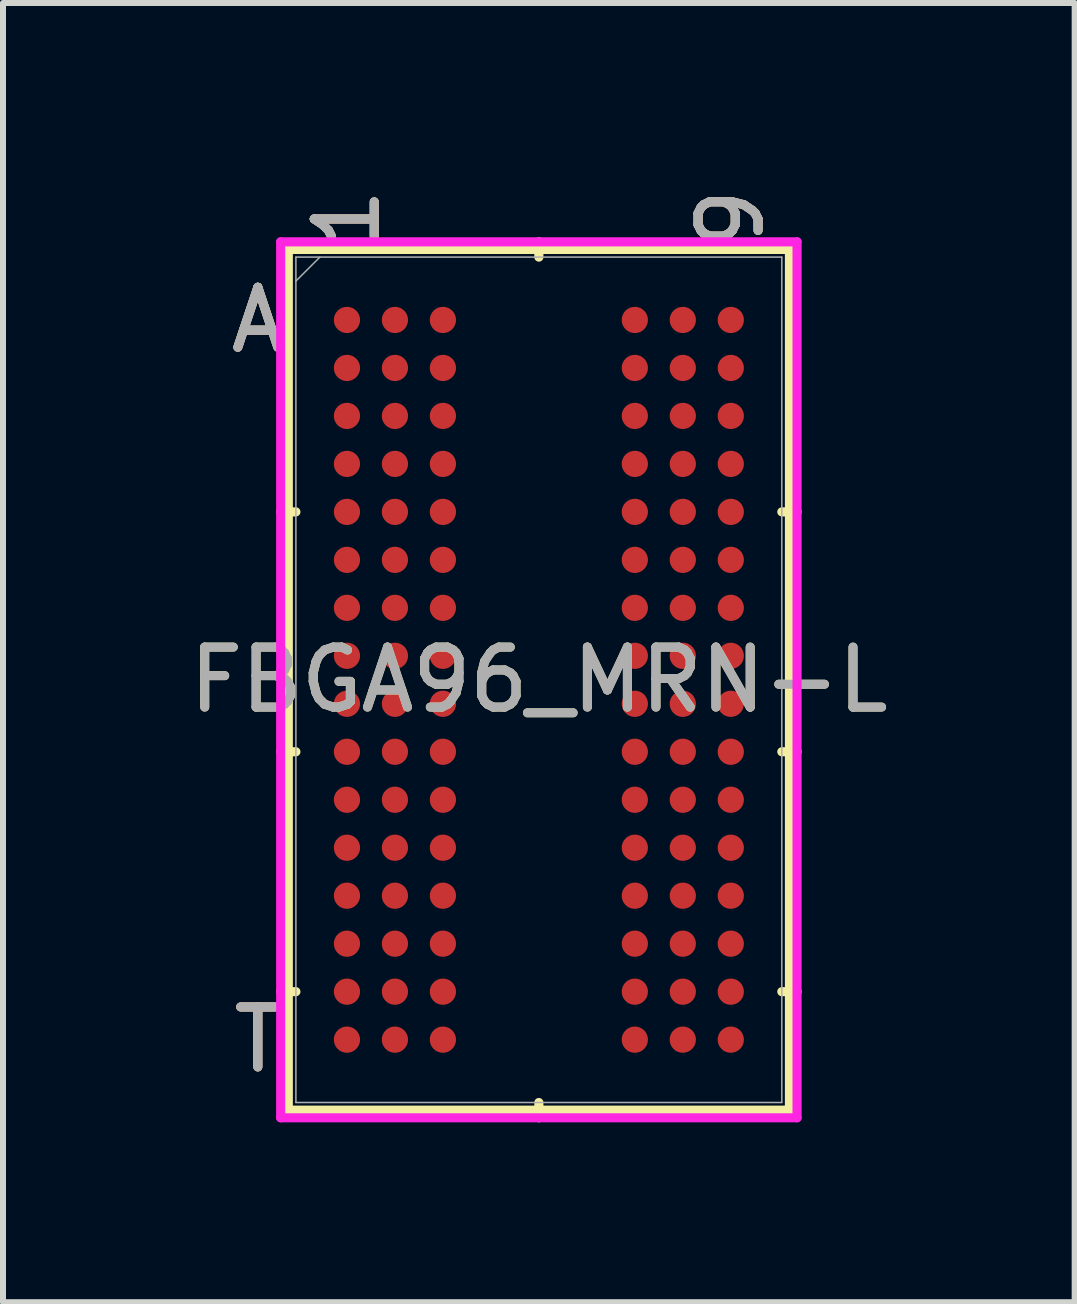
<source format=kicad_pcb>
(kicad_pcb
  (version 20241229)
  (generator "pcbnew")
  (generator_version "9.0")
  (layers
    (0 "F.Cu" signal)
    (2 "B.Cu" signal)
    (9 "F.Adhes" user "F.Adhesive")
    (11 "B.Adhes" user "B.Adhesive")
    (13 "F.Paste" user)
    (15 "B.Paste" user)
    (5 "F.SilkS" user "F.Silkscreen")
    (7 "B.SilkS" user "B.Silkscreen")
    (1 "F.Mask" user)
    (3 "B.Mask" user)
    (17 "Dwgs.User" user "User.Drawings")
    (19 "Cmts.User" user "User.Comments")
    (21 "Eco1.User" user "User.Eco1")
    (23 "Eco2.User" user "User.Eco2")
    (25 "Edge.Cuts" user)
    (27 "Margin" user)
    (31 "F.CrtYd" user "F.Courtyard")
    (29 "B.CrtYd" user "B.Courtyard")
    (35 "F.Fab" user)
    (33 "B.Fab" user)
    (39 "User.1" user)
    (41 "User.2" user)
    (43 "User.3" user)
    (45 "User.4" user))
  (footprint "FBGA96_MRN-L"
    (layer "F.Cu")
    (at 5.935 8.285)
    (property "Reference" "FBGA96_MRN-L" (at 0 0 0) (unlocked yes) (layer "F.SilkS") (effects (font (size 1 1) (thickness 0.15))))
    (attr smd)
    (fp_line (start -4.178 -7.176) (end -4.178 7.176) (stroke (width 0.152) (type solid)) (layer "F.SilkS"))
    (fp_line (start -4.178 7.176) (end 4.178 7.176) (stroke (width 0.152) (type solid)) (layer "F.SilkS"))
    (fp_line (start -4.051 -2.8) (end -4.305 -2.8) (stroke (width 0.152) (type solid)) (layer "F.SilkS"))
    (fp_line (start -4.051 1.2) (end -4.305 1.2) (stroke (width 0.152) (type solid)) (layer "F.SilkS"))
    (fp_line (start -4.051 5.2) (end -4.305 5.2) (stroke (width 0.152) (type solid)) (layer "F.SilkS"))
    (fp_line (start 0 -7.048) (end 0 -7.303) (stroke (width 0.152) (type solid)) (layer "F.SilkS"))
    (fp_line (start 0 7.048) (end 0 7.303) (stroke (width 0.152) (type solid)) (layer "F.SilkS"))
    (fp_line (start 4.051 -2.8) (end 4.305 -2.8) (stroke (width 0.152) (type solid)) (layer "F.SilkS"))
    (fp_line (start 4.051 1.2) (end 4.305 1.2) (stroke (width 0.152) (type solid)) (layer "F.SilkS"))
    (fp_line (start 4.051 5.2) (end 4.305 5.2) (stroke (width 0.152) (type solid)) (layer "F.SilkS"))
    (fp_line (start 4.178 -7.176) (end -4.178 -7.176) (stroke (width 0.152) (type solid)) (layer "F.SilkS"))
    (fp_line (start 4.178 7.176) (end 4.178 -7.176) (stroke (width 0.152) (type solid)) (layer "F.SilkS"))
    (fp_poly (pts (xy -4.045 -6.844) (xy 4.045 -6.844) (xy 4.045 6.844) (xy -4.045 6.844)) (stroke (width 0.1) (type solid)) (fill no) (layer "Eco2.User"))
    (fp_line (start -4.305 -7.303) (end 4.305 -7.303) (stroke (width 0.152) (type solid)) (layer "F.CrtYd"))
    (fp_line (start -4.305 7.303) (end -4.305 -7.303) (stroke (width 0.152) (type solid)) (layer "F.CrtYd"))
    (fp_line (start 4.305 -7.303) (end 4.305 7.303) (stroke (width 0.152) (type solid)) (layer "F.CrtYd"))
    (fp_line (start 4.305 7.303) (end -4.305 7.303) (stroke (width 0.152) (type solid)) (layer "F.CrtYd"))
    (fp_line (start -4.051 -7.048) (end -4.051 7.048) (stroke (width 0.025) (type solid)) (layer "F.Fab"))
    (fp_line (start -4.051 7.048) (end 4.051 7.048) (stroke (width 0.025) (type solid)) (layer "F.Fab"))
    (fp_line (start -3.651 -7.048) (end -4.051 -6.649) (stroke (width 0.025) (type solid)) (layer "F.Fab"))
    (fp_line (start 4.051 -7.048) (end -4.051 -7.048) (stroke (width 0.025) (type solid)) (layer "F.Fab"))
    (fp_line (start 4.051 7.048) (end 4.051 -7.048) (stroke (width 0.025) (type solid)) (layer "F.Fab"))
    (fp_text user "9" (at 3.2 -7.684 90) (unlocked yes) (layer "F.SilkS") (effects (font (size 1 1) (thickness 0.15))))
    (fp_text user "A" (at -4.686 -6 0) (unlocked yes) (layer "F.SilkS") (effects (font (size 1 1) (thickness 0.15))))
    (fp_text user "1" (at -3.2 -7.684 90) (unlocked yes) (layer "F.SilkS") (effects (font (size 1 1) (thickness 0.15))))
    (fp_text user "T" (at -4.686 6 0) (unlocked yes) (layer "F.SilkS") (effects (font (size 1 1) (thickness 0.15))))
    (fp_text user "1" (at -3.2 -7.684 90) (unlocked yes) (layer "B.SilkS") (effects (font (size 1 1) (thickness 0.15))))
    (fp_text user "A" (at -4.686 -6 0) (unlocked yes) (layer "B.SilkS") (effects (font (size 1 1) (thickness 0.15))))
    (fp_text user "T" (at -4.686 6 0) (unlocked yes) (layer "B.SilkS") (effects (font (size 1 1) (thickness 0.15))))
    (fp_text user "9" (at 3.2 -7.684 90) (unlocked yes) (layer "B.SilkS") (effects (font (size 1 1) (thickness 0.15))))
    (fp_text user "9" (at 3.2 -7.684 90) (unlocked yes) (layer "F.Fab") (effects (font (size 1 1) (thickness 0.15))))
    (fp_text user "T" (at -4.686 6 0) (unlocked yes) (layer "F.Fab") (effects (font (size 1 1) (thickness 0.15))))
    (fp_text user "${REFERENCE}" (at 0 0 0) (unlocked yes) (layer "F.Fab") (effects (font (size 1 1) (thickness 0.15))))
    (fp_text user "A" (at -4.686 -6 0) (unlocked yes) (layer "F.Fab") (effects (font (size 1 1) (thickness 0.15))))
    (fp_text user "1" (at -3.2 -7.684 90) (unlocked yes) (layer "F.Fab") (effects (font (size 1 1) (thickness 0.15))))
    (pad "A1" smd circle (at -3.2 -6) (size 0.438 0.438) (layers "F.Cu" "F.Mask" "F.Paste"))
    (pad "A2" smd circle (at -2.4 -6) (size 0.438 0.438) (layers "F.Cu" "F.Mask" "F.Paste"))
    (pad "A3" smd circle (at -1.6 -6) (size 0.438 0.438) (layers "F.Cu" "F.Mask" "F.Paste"))
    (pad "A7" smd circle (at 1.6 -6) (size 0.438 0.438) (layers "F.Cu" "F.Mask" "F.Paste"))
    (pad "A8" smd circle (at 2.4 -6) (size 0.438 0.438) (layers "F.Cu" "F.Mask" "F.Paste"))
    (pad "A9" smd circle (at 3.2 -6) (size 0.438 0.438) (layers "F.Cu" "F.Mask" "F.Paste"))
    (pad "B1" smd circle (at -3.2 -5.2) (size 0.438 0.438) (layers "F.Cu" "F.Mask" "F.Paste"))
    (pad "B2" smd circle (at -2.4 -5.2) (size 0.438 0.438) (layers "F.Cu" "F.Mask" "F.Paste"))
    (pad "B3" smd circle (at -1.6 -5.2) (size 0.438 0.438) (layers "F.Cu" "F.Mask" "F.Paste"))
    (pad "B7" smd circle (at 1.6 -5.2) (size 0.438 0.438) (layers "F.Cu" "F.Mask" "F.Paste"))
    (pad "B8" smd circle (at 2.4 -5.2) (size 0.438 0.438) (layers "F.Cu" "F.Mask" "F.Paste"))
    (pad "B9" smd circle (at 3.2 -5.2) (size 0.438 0.438) (layers "F.Cu" "F.Mask" "F.Paste"))
    (pad "C1" smd circle (at -3.2 -4.4) (size 0.438 0.438) (layers "F.Cu" "F.Mask" "F.Paste"))
    (pad "C2" smd circle (at -2.4 -4.4) (size 0.438 0.438) (layers "F.Cu" "F.Mask" "F.Paste"))
    (pad "C3" smd circle (at -1.6 -4.4) (size 0.438 0.438) (layers "F.Cu" "F.Mask" "F.Paste"))
    (pad "C7" smd circle (at 1.6 -4.4) (size 0.438 0.438) (layers "F.Cu" "F.Mask" "F.Paste"))
    (pad "C8" smd circle (at 2.4 -4.4) (size 0.438 0.438) (layers "F.Cu" "F.Mask" "F.Paste"))
    (pad "C9" smd circle (at 3.2 -4.4) (size 0.438 0.438) (layers "F.Cu" "F.Mask" "F.Paste"))
    (pad "D1" smd circle (at -3.2 -3.6) (size 0.438 0.438) (layers "F.Cu" "F.Mask" "F.Paste"))
    (pad "D2" smd circle (at -2.4 -3.6) (size 0.438 0.438) (layers "F.Cu" "F.Mask" "F.Paste"))
    (pad "D3" smd circle (at -1.6 -3.6) (size 0.438 0.438) (layers "F.Cu" "F.Mask" "F.Paste"))
    (pad "D7" smd circle (at 1.6 -3.6) (size 0.438 0.438) (layers "F.Cu" "F.Mask" "F.Paste"))
    (pad "D8" smd circle (at 2.4 -3.6) (size 0.438 0.438) (layers "F.Cu" "F.Mask" "F.Paste"))
    (pad "D9" smd circle (at 3.2 -3.6) (size 0.438 0.438) (layers "F.Cu" "F.Mask" "F.Paste"))
    (pad "E1" smd circle (at -3.2 -2.8) (size 0.438 0.438) (layers "F.Cu" "F.Mask" "F.Paste"))
    (pad "E2" smd circle (at -2.4 -2.8) (size 0.438 0.438) (layers "F.Cu" "F.Mask" "F.Paste"))
    (pad "E3" smd circle (at -1.6 -2.8) (size 0.438 0.438) (layers "F.Cu" "F.Mask" "F.Paste"))
    (pad "E7" smd circle (at 1.6 -2.8) (size 0.438 0.438) (layers "F.Cu" "F.Mask" "F.Paste"))
    (pad "E8" smd circle (at 2.4 -2.8) (size 0.438 0.438) (layers "F.Cu" "F.Mask" "F.Paste"))
    (pad "E9" smd circle (at 3.2 -2.8) (size 0.438 0.438) (layers "F.Cu" "F.Mask" "F.Paste"))
    (pad "F1" smd circle (at -3.2 -2) (size 0.438 0.438) (layers "F.Cu" "F.Mask" "F.Paste"))
    (pad "F2" smd circle (at -2.4 -2) (size 0.438 0.438) (layers "F.Cu" "F.Mask" "F.Paste"))
    (pad "F3" smd circle (at -1.6 -2) (size 0.438 0.438) (layers "F.Cu" "F.Mask" "F.Paste"))
    (pad "F7" smd circle (at 1.6 -2) (size 0.438 0.438) (layers "F.Cu" "F.Mask" "F.Paste"))
    (pad "F8" smd circle (at 2.4 -2) (size 0.438 0.438) (layers "F.Cu" "F.Mask" "F.Paste"))
    (pad "F9" smd circle (at 3.2 -2) (size 0.438 0.438) (layers "F.Cu" "F.Mask" "F.Paste"))
    (pad "G1" smd circle (at -3.2 -1.2) (size 0.438 0.438) (layers "F.Cu" "F.Mask" "F.Paste"))
    (pad "G2" smd circle (at -2.4 -1.2) (size 0.438 0.438) (layers "F.Cu" "F.Mask" "F.Paste"))
    (pad "G3" smd circle (at -1.6 -1.2) (size 0.438 0.438) (layers "F.Cu" "F.Mask" "F.Paste"))
    (pad "G7" smd circle (at 1.6 -1.2) (size 0.438 0.438) (layers "F.Cu" "F.Mask" "F.Paste"))
    (pad "G8" smd circle (at 2.4 -1.2) (size 0.438 0.438) (layers "F.Cu" "F.Mask" "F.Paste"))
    (pad "G9" smd circle (at 3.2 -1.2) (size 0.438 0.438) (layers "F.Cu" "F.Mask" "F.Paste"))
    (pad "H1" smd circle (at -3.2 -0.4) (size 0.438 0.438) (layers "F.Cu" "F.Mask" "F.Paste"))
    (pad "H2" smd circle (at -2.4 -0.4) (size 0.438 0.438) (layers "F.Cu" "F.Mask" "F.Paste"))
    (pad "H3" smd circle (at -1.6 -0.4) (size 0.438 0.438) (layers "F.Cu" "F.Mask" "F.Paste"))
    (pad "H7" smd circle (at 1.6 -0.4) (size 0.438 0.438) (layers "F.Cu" "F.Mask" "F.Paste"))
    (pad "H8" smd circle (at 2.4 -0.4) (size 0.438 0.438) (layers "F.Cu" "F.Mask" "F.Paste"))
    (pad "H9" smd circle (at 3.2 -0.4) (size 0.438 0.438) (layers "F.Cu" "F.Mask" "F.Paste"))
    (pad "J1" smd circle (at -3.2 0.4) (size 0.438 0.438) (layers "F.Cu" "F.Mask" "F.Paste"))
    (pad "J2" smd circle (at -2.4 0.4) (size 0.438 0.438) (layers "F.Cu" "F.Mask" "F.Paste"))
    (pad "J3" smd circle (at -1.6 0.4) (size 0.438 0.438) (layers "F.Cu" "F.Mask" "F.Paste"))
    (pad "J7" smd circle (at 1.6 0.4) (size 0.438 0.438) (layers "F.Cu" "F.Mask" "F.Paste"))
    (pad "J8" smd circle (at 2.4 0.4) (size 0.438 0.438) (layers "F.Cu" "F.Mask" "F.Paste"))
    (pad "J9" smd circle (at 3.2 0.4) (size 0.438 0.438) (layers "F.Cu" "F.Mask" "F.Paste"))
    (pad "K1" smd circle (at -3.2 1.2) (size 0.438 0.438) (layers "F.Cu" "F.Mask" "F.Paste"))
    (pad "K2" smd circle (at -2.4 1.2) (size 0.438 0.438) (layers "F.Cu" "F.Mask" "F.Paste"))
    (pad "K3" smd circle (at -1.6 1.2) (size 0.438 0.438) (layers "F.Cu" "F.Mask" "F.Paste"))
    (pad "K7" smd circle (at 1.6 1.2) (size 0.438 0.438) (layers "F.Cu" "F.Mask" "F.Paste"))
    (pad "K8" smd circle (at 2.4 1.2) (size 0.438 0.438) (layers "F.Cu" "F.Mask" "F.Paste"))
    (pad "K9" smd circle (at 3.2 1.2) (size 0.438 0.438) (layers "F.Cu" "F.Mask" "F.Paste"))
    (pad "L1" smd circle (at -3.2 2) (size 0.438 0.438) (layers "F.Cu" "F.Mask" "F.Paste"))
    (pad "L2" smd circle (at -2.4 2) (size 0.438 0.438) (layers "F.Cu" "F.Mask" "F.Paste"))
    (pad "L3" smd circle (at -1.6 2) (size 0.438 0.438) (layers "F.Cu" "F.Mask" "F.Paste"))
    (pad "L7" smd circle (at 1.6 2) (size 0.438 0.438) (layers "F.Cu" "F.Mask" "F.Paste"))
    (pad "L8" smd circle (at 2.4 2) (size 0.438 0.438) (layers "F.Cu" "F.Mask" "F.Paste"))
    (pad "L9" smd circle (at 3.2 2) (size 0.438 0.438) (layers "F.Cu" "F.Mask" "F.Paste"))
    (pad "M1" smd circle (at -3.2 2.8) (size 0.438 0.438) (layers "F.Cu" "F.Mask" "F.Paste"))
    (pad "M2" smd circle (at -2.4 2.8) (size 0.438 0.438) (layers "F.Cu" "F.Mask" "F.Paste"))
    (pad "M3" smd circle (at -1.6 2.8) (size 0.438 0.438) (layers "F.Cu" "F.Mask" "F.Paste"))
    (pad "M7" smd circle (at 1.6 2.8) (size 0.438 0.438) (layers "F.Cu" "F.Mask" "F.Paste"))
    (pad "M8" smd circle (at 2.4 2.8) (size 0.438 0.438) (layers "F.Cu" "F.Mask" "F.Paste"))
    (pad "M9" smd circle (at 3.2 2.8) (size 0.438 0.438) (layers "F.Cu" "F.Mask" "F.Paste"))
    (pad "N1" smd circle (at -3.2 3.6) (size 0.438 0.438) (layers "F.Cu" "F.Mask" "F.Paste"))
    (pad "N2" smd circle (at -2.4 3.6) (size 0.438 0.438) (layers "F.Cu" "F.Mask" "F.Paste"))
    (pad "N3" smd circle (at -1.6 3.6) (size 0.438 0.438) (layers "F.Cu" "F.Mask" "F.Paste"))
    (pad "N7" smd circle (at 1.6 3.6) (size 0.438 0.438) (layers "F.Cu" "F.Mask" "F.Paste"))
    (pad "N8" smd circle (at 2.4 3.6) (size 0.438 0.438) (layers "F.Cu" "F.Mask" "F.Paste"))
    (pad "N9" smd circle (at 3.2 3.6) (size 0.438 0.438) (layers "F.Cu" "F.Mask" "F.Paste"))
    (pad "P1" smd circle (at -3.2 4.4) (size 0.438 0.438) (layers "F.Cu" "F.Mask" "F.Paste"))
    (pad "P2" smd circle (at -2.4 4.4) (size 0.438 0.438) (layers "F.Cu" "F.Mask" "F.Paste"))
    (pad "P3" smd circle (at -1.6 4.4) (size 0.438 0.438) (layers "F.Cu" "F.Mask" "F.Paste"))
    (pad "P7" smd circle (at 1.6 4.4) (size 0.438 0.438) (layers "F.Cu" "F.Mask" "F.Paste"))
    (pad "P8" smd circle (at 2.4 4.4) (size 0.438 0.438) (layers "F.Cu" "F.Mask" "F.Paste"))
    (pad "P9" smd circle (at 3.2 4.4) (size 0.438 0.438) (layers "F.Cu" "F.Mask" "F.Paste"))
    (pad "R1" smd circle (at -3.2 5.2) (size 0.438 0.438) (layers "F.Cu" "F.Mask" "F.Paste"))
    (pad "R2" smd circle (at -2.4 5.2) (size 0.438 0.438) (layers "F.Cu" "F.Mask" "F.Paste"))
    (pad "R3" smd circle (at -1.6 5.2) (size 0.438 0.438) (layers "F.Cu" "F.Mask" "F.Paste"))
    (pad "R7" smd circle (at 1.6 5.2) (size 0.438 0.438) (layers "F.Cu" "F.Mask" "F.Paste"))
    (pad "R8" smd circle (at 2.4 5.2) (size 0.438 0.438) (layers "F.Cu" "F.Mask" "F.Paste"))
    (pad "R9" smd circle (at 3.2 5.2) (size 0.438 0.438) (layers "F.Cu" "F.Mask" "F.Paste"))
    (pad "T1" smd circle (at -3.2 6) (size 0.438 0.438) (layers "F.Cu" "F.Mask" "F.Paste"))
    (pad "T2" smd circle (at -2.4 6) (size 0.438 0.438) (layers "F.Cu" "F.Mask" "F.Paste"))
    (pad "T3" smd circle (at -1.6 6) (size 0.438 0.438) (layers "F.Cu" "F.Mask" "F.Paste"))
    (pad "T7" smd circle (at 1.6 6) (size 0.438 0.438) (layers "F.Cu" "F.Mask" "F.Paste"))
    (pad "T8" smd circle (at 2.4 6) (size 0.438 0.438) (layers "F.Cu" "F.Mask" "F.Paste"))
    (pad "T9" smd circle (at 3.2 6) (size 0.438 0.438) (layers "F.Cu" "F.Mask" "F.Paste")))
  (gr_rect
    (start -3 -3)
    (end 14.869 18.663)
    (stroke (width 0.1) (type default))
    (fill no)
    (layer "Edge.Cuts")))
</source>
